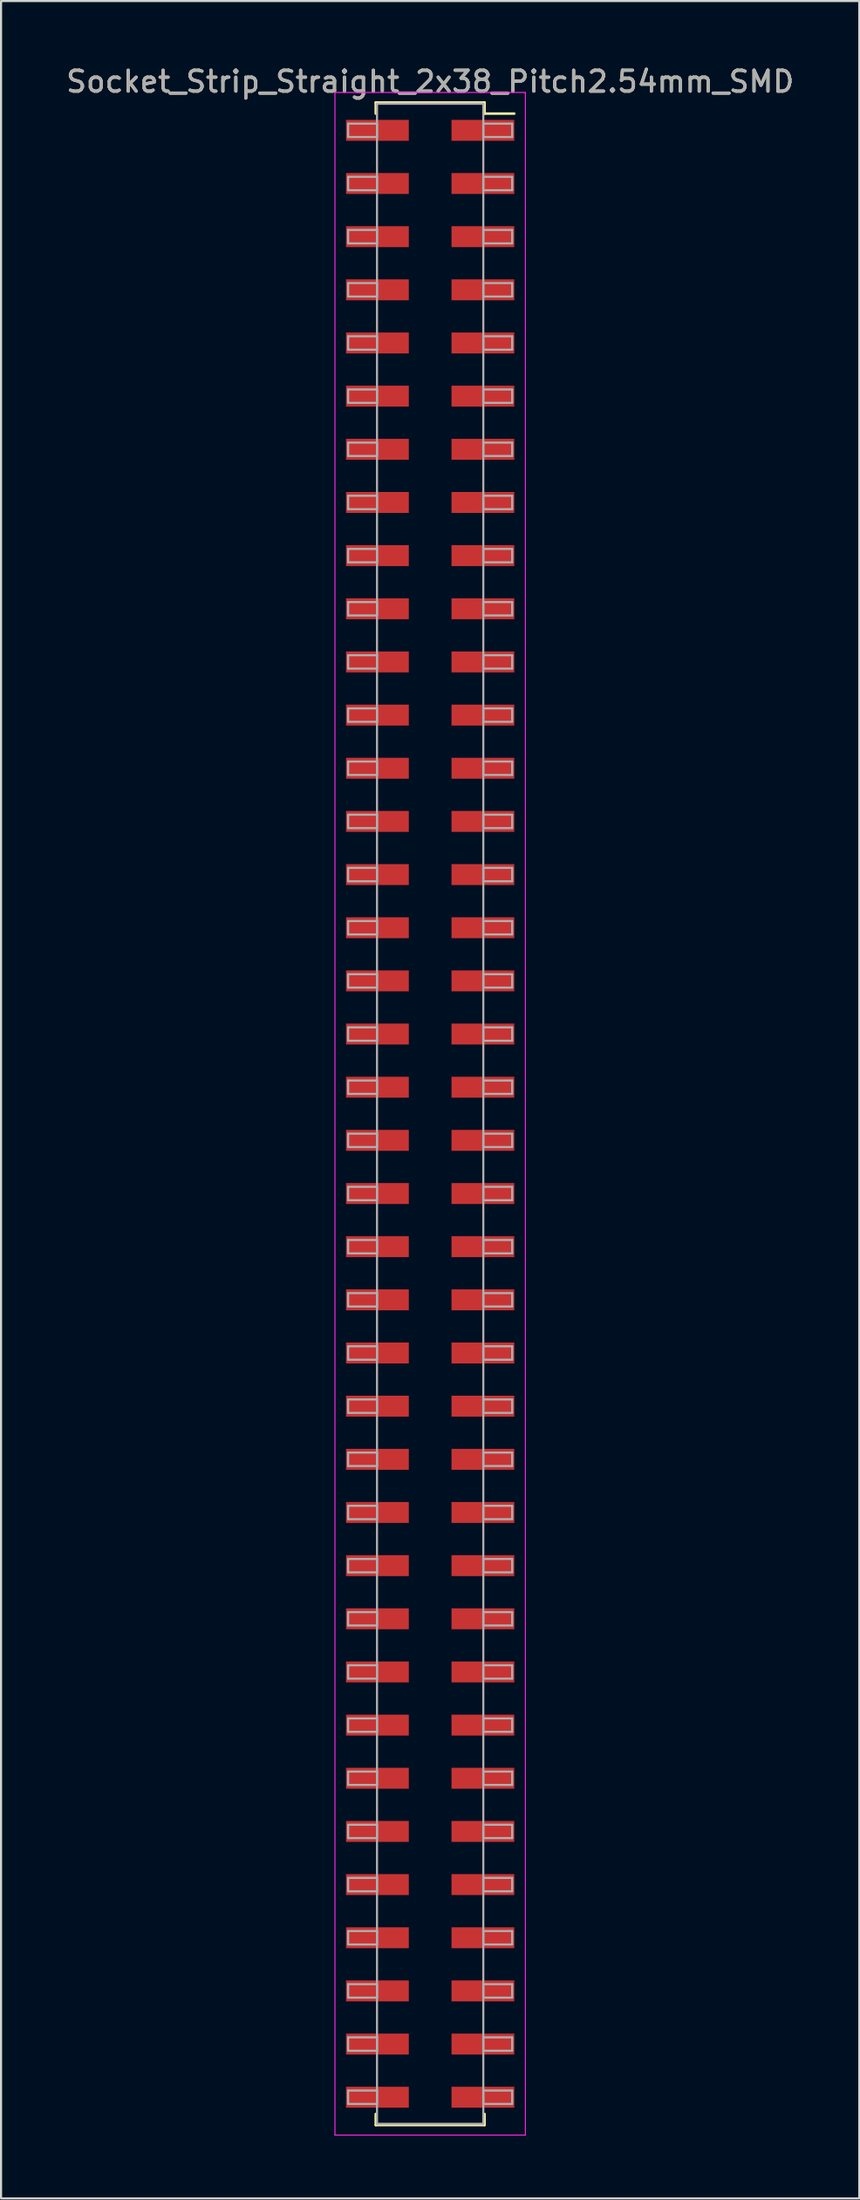
<source format=kicad_pcb>
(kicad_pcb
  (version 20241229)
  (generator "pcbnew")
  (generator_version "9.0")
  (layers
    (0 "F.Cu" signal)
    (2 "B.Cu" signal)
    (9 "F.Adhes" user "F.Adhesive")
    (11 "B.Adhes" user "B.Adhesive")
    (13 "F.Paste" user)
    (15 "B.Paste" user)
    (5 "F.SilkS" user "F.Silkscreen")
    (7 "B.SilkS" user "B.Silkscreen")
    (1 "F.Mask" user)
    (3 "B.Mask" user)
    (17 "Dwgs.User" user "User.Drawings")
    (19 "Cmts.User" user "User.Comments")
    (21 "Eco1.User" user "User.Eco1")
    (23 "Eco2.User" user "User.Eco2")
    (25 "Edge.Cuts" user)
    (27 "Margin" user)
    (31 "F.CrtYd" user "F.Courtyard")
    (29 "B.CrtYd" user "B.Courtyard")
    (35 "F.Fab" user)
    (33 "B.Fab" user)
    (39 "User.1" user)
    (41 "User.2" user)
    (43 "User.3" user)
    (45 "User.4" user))
  (footprint "Socket_Strip_Straight_2x38_Pitch2.54mm_SMD"
    (layer "F.Cu")
    (at 17.506 50.168)
    (property "Reference" "Socket_Strip_Straight_2x38_Pitch2.54mm_SMD" (at 0 -49.32 0) (layer "F.SilkS") (effects (font (size 1 1) (thickness 0.15))))
    (attr smd)
    (fp_line (start -2.6 -48.32) (end 2.6 -48.32) (stroke (width 0.12) (type solid)) (layer "F.SilkS"))
    (fp_line (start -2.6 -47.79) (end -2.6 -48.32) (stroke (width 0.12) (type solid)) (layer "F.SilkS"))
    (fp_line (start -2.6 47.79) (end -2.6 48.32) (stroke (width 0.12) (type solid)) (layer "F.SilkS"))
    (fp_line (start -2.6 48.32) (end 2.6 48.32) (stroke (width 0.12) (type solid)) (layer "F.SilkS"))
    (fp_line (start 2.6 -48.32) (end 2.6 -47.79) (stroke (width 0.12) (type solid)) (layer "F.SilkS"))
    (fp_line (start 2.6 48.32) (end 2.6 47.79) (stroke (width 0.12) (type solid)) (layer "F.SilkS"))
    (fp_line (start 4.02 -47.79) (end 2.6 -47.79) (stroke (width 0.12) (type solid)) (layer "F.SilkS"))
    (fp_line (start -4.55 -48.8) (end -4.55 48.8) (stroke (width 0.05) (type solid)) (layer "F.CrtYd"))
    (fp_line (start -4.55 48.8) (end 4.55 48.8) (stroke (width 0.05) (type solid)) (layer "F.CrtYd"))
    (fp_line (start 4.55 -48.8) (end -4.55 -48.8) (stroke (width 0.05) (type solid)) (layer "F.CrtYd"))
    (fp_line (start 4.55 48.8) (end 4.55 -48.8) (stroke (width 0.05) (type solid)) (layer "F.CrtYd"))
    (fp_line (start -3.92 -47.31) (end -2.54 -47.31) (stroke (width 0.1) (type solid)) (layer "F.Fab"))
    (fp_line (start -3.92 -46.67) (end -3.92 -47.31) (stroke (width 0.1) (type solid)) (layer "F.Fab"))
    (fp_line (start -3.92 -44.77) (end -2.54 -44.77) (stroke (width 0.1) (type solid)) (layer "F.Fab"))
    (fp_line (start -3.92 -44.13) (end -3.92 -44.77) (stroke (width 0.1) (type solid)) (layer "F.Fab"))
    (fp_line (start -3.92 -42.23) (end -2.54 -42.23) (stroke (width 0.1) (type solid)) (layer "F.Fab"))
    (fp_line (start -3.92 -41.59) (end -3.92 -42.23) (stroke (width 0.1) (type solid)) (layer "F.Fab"))
    (fp_line (start -3.92 -39.69) (end -2.54 -39.69) (stroke (width 0.1) (type solid)) (layer "F.Fab"))
    (fp_line (start -3.92 -39.05) (end -3.92 -39.69) (stroke (width 0.1) (type solid)) (layer "F.Fab"))
    (fp_line (start -3.92 -37.15) (end -2.54 -37.15) (stroke (width 0.1) (type solid)) (layer "F.Fab"))
    (fp_line (start -3.92 -36.51) (end -3.92 -37.15) (stroke (width 0.1) (type solid)) (layer "F.Fab"))
    (fp_line (start -3.92 -34.61) (end -2.54 -34.61) (stroke (width 0.1) (type solid)) (layer "F.Fab"))
    (fp_line (start -3.92 -33.97) (end -3.92 -34.61) (stroke (width 0.1) (type solid)) (layer "F.Fab"))
    (fp_line (start -3.92 -32.07) (end -2.54 -32.07) (stroke (width 0.1) (type solid)) (layer "F.Fab"))
    (fp_line (start -3.92 -31.43) (end -3.92 -32.07) (stroke (width 0.1) (type solid)) (layer "F.Fab"))
    (fp_line (start -3.92 -29.53) (end -2.54 -29.53) (stroke (width 0.1) (type solid)) (layer "F.Fab"))
    (fp_line (start -3.92 -28.89) (end -3.92 -29.53) (stroke (width 0.1) (type solid)) (layer "F.Fab"))
    (fp_line (start -3.92 -26.99) (end -2.54 -26.99) (stroke (width 0.1) (type solid)) (layer "F.Fab"))
    (fp_line (start -3.92 -26.35) (end -3.92 -26.99) (stroke (width 0.1) (type solid)) (layer "F.Fab"))
    (fp_line (start -3.92 -24.45) (end -2.54 -24.45) (stroke (width 0.1) (type solid)) (layer "F.Fab"))
    (fp_line (start -3.92 -23.81) (end -3.92 -24.45) (stroke (width 0.1) (type solid)) (layer "F.Fab"))
    (fp_line (start -3.92 -21.91) (end -2.54 -21.91) (stroke (width 0.1) (type solid)) (layer "F.Fab"))
    (fp_line (start -3.92 -21.27) (end -3.92 -21.91) (stroke (width 0.1) (type solid)) (layer "F.Fab"))
    (fp_line (start -3.92 -19.37) (end -2.54 -19.37) (stroke (width 0.1) (type solid)) (layer "F.Fab"))
    (fp_line (start -3.92 -18.73) (end -3.92 -19.37) (stroke (width 0.1) (type solid)) (layer "F.Fab"))
    (fp_line (start -3.92 -16.83) (end -2.54 -16.83) (stroke (width 0.1) (type solid)) (layer "F.Fab"))
    (fp_line (start -3.92 -16.19) (end -3.92 -16.83) (stroke (width 0.1) (type solid)) (layer "F.Fab"))
    (fp_line (start -3.92 -14.29) (end -2.54 -14.29) (stroke (width 0.1) (type solid)) (layer "F.Fab"))
    (fp_line (start -3.92 -13.65) (end -3.92 -14.29) (stroke (width 0.1) (type solid)) (layer "F.Fab"))
    (fp_line (start -3.92 -11.75) (end -2.54 -11.75) (stroke (width 0.1) (type solid)) (layer "F.Fab"))
    (fp_line (start -3.92 -11.11) (end -3.92 -11.75) (stroke (width 0.1) (type solid)) (layer "F.Fab"))
    (fp_line (start -3.92 -9.21) (end -2.54 -9.21) (stroke (width 0.1) (type solid)) (layer "F.Fab"))
    (fp_line (start -3.92 -8.57) (end -3.92 -9.21) (stroke (width 0.1) (type solid)) (layer "F.Fab"))
    (fp_line (start -3.92 -6.67) (end -2.54 -6.67) (stroke (width 0.1) (type solid)) (layer "F.Fab"))
    (fp_line (start -3.92 -6.03) (end -3.92 -6.67) (stroke (width 0.1) (type solid)) (layer "F.Fab"))
    (fp_line (start -3.92 -4.13) (end -2.54 -4.13) (stroke (width 0.1) (type solid)) (layer "F.Fab"))
    (fp_line (start -3.92 -3.49) (end -3.92 -4.13) (stroke (width 0.1) (type solid)) (layer "F.Fab"))
    (fp_line (start -3.92 -1.59) (end -2.54 -1.59) (stroke (width 0.1) (type solid)) (layer "F.Fab"))
    (fp_line (start -3.92 -0.95) (end -3.92 -1.59) (stroke (width 0.1) (type solid)) (layer "F.Fab"))
    (fp_line (start -3.92 0.95) (end -2.54 0.95) (stroke (width 0.1) (type solid)) (layer "F.Fab"))
    (fp_line (start -3.92 1.59) (end -3.92 0.95) (stroke (width 0.1) (type solid)) (layer "F.Fab"))
    (fp_line (start -3.92 3.49) (end -2.54 3.49) (stroke (width 0.1) (type solid)) (layer "F.Fab"))
    (fp_line (start -3.92 4.13) (end -3.92 3.49) (stroke (width 0.1) (type solid)) (layer "F.Fab"))
    (fp_line (start -3.92 6.03) (end -2.54 6.03) (stroke (width 0.1) (type solid)) (layer "F.Fab"))
    (fp_line (start -3.92 6.67) (end -3.92 6.03) (stroke (width 0.1) (type solid)) (layer "F.Fab"))
    (fp_line (start -3.92 8.57) (end -2.54 8.57) (stroke (width 0.1) (type solid)) (layer "F.Fab"))
    (fp_line (start -3.92 9.21) (end -3.92 8.57) (stroke (width 0.1) (type solid)) (layer "F.Fab"))
    (fp_line (start -3.92 11.11) (end -2.54 11.11) (stroke (width 0.1) (type solid)) (layer "F.Fab"))
    (fp_line (start -3.92 11.75) (end -3.92 11.11) (stroke (width 0.1) (type solid)) (layer "F.Fab"))
    (fp_line (start -3.92 13.65) (end -2.54 13.65) (stroke (width 0.1) (type solid)) (layer "F.Fab"))
    (fp_line (start -3.92 14.29) (end -3.92 13.65) (stroke (width 0.1) (type solid)) (layer "F.Fab"))
    (fp_line (start -3.92 16.19) (end -2.54 16.19) (stroke (width 0.1) (type solid)) (layer "F.Fab"))
    (fp_line (start -3.92 16.83) (end -3.92 16.19) (stroke (width 0.1) (type solid)) (layer "F.Fab"))
    (fp_line (start -3.92 18.73) (end -2.54 18.73) (stroke (width 0.1) (type solid)) (layer "F.Fab"))
    (fp_line (start -3.92 19.37) (end -3.92 18.73) (stroke (width 0.1) (type solid)) (layer "F.Fab"))
    (fp_line (start -3.92 21.27) (end -2.54 21.27) (stroke (width 0.1) (type solid)) (layer "F.Fab"))
    (fp_line (start -3.92 21.91) (end -3.92 21.27) (stroke (width 0.1) (type solid)) (layer "F.Fab"))
    (fp_line (start -3.92 23.81) (end -2.54 23.81) (stroke (width 0.1) (type solid)) (layer "F.Fab"))
    (fp_line (start -3.92 24.45) (end -3.92 23.81) (stroke (width 0.1) (type solid)) (layer "F.Fab"))
    (fp_line (start -3.92 26.35) (end -2.54 26.35) (stroke (width 0.1) (type solid)) (layer "F.Fab"))
    (fp_line (start -3.92 26.99) (end -3.92 26.35) (stroke (width 0.1) (type solid)) (layer "F.Fab"))
    (fp_line (start -3.92 28.89) (end -2.54 28.89) (stroke (width 0.1) (type solid)) (layer "F.Fab"))
    (fp_line (start -3.92 29.53) (end -3.92 28.89) (stroke (width 0.1) (type solid)) (layer "F.Fab"))
    (fp_line (start -3.92 31.43) (end -2.54 31.43) (stroke (width 0.1) (type solid)) (layer "F.Fab"))
    (fp_line (start -3.92 32.07) (end -3.92 31.43) (stroke (width 0.1) (type solid)) (layer "F.Fab"))
    (fp_line (start -3.92 33.97) (end -2.54 33.97) (stroke (width 0.1) (type solid)) (layer "F.Fab"))
    (fp_line (start -3.92 34.61) (end -3.92 33.97) (stroke (width 0.1) (type solid)) (layer "F.Fab"))
    (fp_line (start -3.92 36.51) (end -2.54 36.51) (stroke (width 0.1) (type solid)) (layer "F.Fab"))
    (fp_line (start -3.92 37.15) (end -3.92 36.51) (stroke (width 0.1) (type solid)) (layer "F.Fab"))
    (fp_line (start -3.92 39.05) (end -2.54 39.05) (stroke (width 0.1) (type solid)) (layer "F.Fab"))
    (fp_line (start -3.92 39.69) (end -3.92 39.05) (stroke (width 0.1) (type solid)) (layer "F.Fab"))
    (fp_line (start -3.92 41.59) (end -2.54 41.59) (stroke (width 0.1) (type solid)) (layer "F.Fab"))
    (fp_line (start -3.92 42.23) (end -3.92 41.59) (stroke (width 0.1) (type solid)) (layer "F.Fab"))
    (fp_line (start -3.92 44.13) (end -2.54 44.13) (stroke (width 0.1) (type solid)) (layer "F.Fab"))
    (fp_line (start -3.92 44.77) (end -3.92 44.13) (stroke (width 0.1) (type solid)) (layer "F.Fab"))
    (fp_line (start -3.92 46.67) (end -2.54 46.67) (stroke (width 0.1) (type solid)) (layer "F.Fab"))
    (fp_line (start -3.92 47.31) (end -3.92 46.67) (stroke (width 0.1) (type solid)) (layer "F.Fab"))
    (fp_line (start -2.54 -48.26) (end -2.54 48.26) (stroke (width 0.1) (type solid)) (layer "F.Fab"))
    (fp_line (start -2.54 -47.31) (end -2.54 -46.67) (stroke (width 0.1) (type solid)) (layer "F.Fab"))
    (fp_line (start -2.54 -46.67) (end -3.92 -46.67) (stroke (width 0.1) (type solid)) (layer "F.Fab"))
    (fp_line (start -2.54 -44.77) (end -2.54 -44.13) (stroke (width 0.1) (type solid)) (layer "F.Fab"))
    (fp_line (start -2.54 -44.13) (end -3.92 -44.13) (stroke (width 0.1) (type solid)) (layer "F.Fab"))
    (fp_line (start -2.54 -42.23) (end -2.54 -41.59) (stroke (width 0.1) (type solid)) (layer "F.Fab"))
    (fp_line (start -2.54 -41.59) (end -3.92 -41.59) (stroke (width 0.1) (type solid)) (layer "F.Fab"))
    (fp_line (start -2.54 -39.69) (end -2.54 -39.05) (stroke (width 0.1) (type solid)) (layer "F.Fab"))
    (fp_line (start -2.54 -39.05) (end -3.92 -39.05) (stroke (width 0.1) (type solid)) (layer "F.Fab"))
    (fp_line (start -2.54 -37.15) (end -2.54 -36.51) (stroke (width 0.1) (type solid)) (layer "F.Fab"))
    (fp_line (start -2.54 -36.51) (end -3.92 -36.51) (stroke (width 0.1) (type solid)) (layer "F.Fab"))
    (fp_line (start -2.54 -34.61) (end -2.54 -33.97) (stroke (width 0.1) (type solid)) (layer "F.Fab"))
    (fp_line (start -2.54 -33.97) (end -3.92 -33.97) (stroke (width 0.1) (type solid)) (layer "F.Fab"))
    (fp_line (start -2.54 -32.07) (end -2.54 -31.43) (stroke (width 0.1) (type solid)) (layer "F.Fab"))
    (fp_line (start -2.54 -31.43) (end -3.92 -31.43) (stroke (width 0.1) (type solid)) (layer "F.Fab"))
    (fp_line (start -2.54 -29.53) (end -2.54 -28.89) (stroke (width 0.1) (type solid)) (layer "F.Fab"))
    (fp_line (start -2.54 -28.89) (end -3.92 -28.89) (stroke (width 0.1) (type solid)) (layer "F.Fab"))
    (fp_line (start -2.54 -26.99) (end -2.54 -26.35) (stroke (width 0.1) (type solid)) (layer "F.Fab"))
    (fp_line (start -2.54 -26.35) (end -3.92 -26.35) (stroke (width 0.1) (type solid)) (layer "F.Fab"))
    (fp_line (start -2.54 -24.45) (end -2.54 -23.81) (stroke (width 0.1) (type solid)) (layer "F.Fab"))
    (fp_line (start -2.54 -23.81) (end -3.92 -23.81) (stroke (width 0.1) (type solid)) (layer "F.Fab"))
    (fp_line (start -2.54 -21.91) (end -2.54 -21.27) (stroke (width 0.1) (type solid)) (layer "F.Fab"))
    (fp_line (start -2.54 -21.27) (end -3.92 -21.27) (stroke (width 0.1) (type solid)) (layer "F.Fab"))
    (fp_line (start -2.54 -19.37) (end -2.54 -18.73) (stroke (width 0.1) (type solid)) (layer "F.Fab"))
    (fp_line (start -2.54 -18.73) (end -3.92 -18.73) (stroke (width 0.1) (type solid)) (layer "F.Fab"))
    (fp_line (start -2.54 -16.83) (end -2.54 -16.19) (stroke (width 0.1) (type solid)) (layer "F.Fab"))
    (fp_line (start -2.54 -16.19) (end -3.92 -16.19) (stroke (width 0.1) (type solid)) (layer "F.Fab"))
    (fp_line (start -2.54 -14.29) (end -2.54 -13.65) (stroke (width 0.1) (type solid)) (layer "F.Fab"))
    (fp_line (start -2.54 -13.65) (end -3.92 -13.65) (stroke (width 0.1) (type solid)) (layer "F.Fab"))
    (fp_line (start -2.54 -11.75) (end -2.54 -11.11) (stroke (width 0.1) (type solid)) (layer "F.Fab"))
    (fp_line (start -2.54 -11.11) (end -3.92 -11.11) (stroke (width 0.1) (type solid)) (layer "F.Fab"))
    (fp_line (start -2.54 -9.21) (end -2.54 -8.57) (stroke (width 0.1) (type solid)) (layer "F.Fab"))
    (fp_line (start -2.54 -8.57) (end -3.92 -8.57) (stroke (width 0.1) (type solid)) (layer "F.Fab"))
    (fp_line (start -2.54 -6.67) (end -2.54 -6.03) (stroke (width 0.1) (type solid)) (layer "F.Fab"))
    (fp_line (start -2.54 -6.03) (end -3.92 -6.03) (stroke (width 0.1) (type solid)) (layer "F.Fab"))
    (fp_line (start -2.54 -4.13) (end -2.54 -3.49) (stroke (width 0.1) (type solid)) (layer "F.Fab"))
    (fp_line (start -2.54 -3.49) (end -3.92 -3.49) (stroke (width 0.1) (type solid)) (layer "F.Fab"))
    (fp_line (start -2.54 -1.59) (end -2.54 -0.95) (stroke (width 0.1) (type solid)) (layer "F.Fab"))
    (fp_line (start -2.54 -0.95) (end -3.92 -0.95) (stroke (width 0.1) (type solid)) (layer "F.Fab"))
    (fp_line (start -2.54 0.95) (end -2.54 1.59) (stroke (width 0.1) (type solid)) (layer "F.Fab"))
    (fp_line (start -2.54 1.59) (end -3.92 1.59) (stroke (width 0.1) (type solid)) (layer "F.Fab"))
    (fp_line (start -2.54 3.49) (end -2.54 4.13) (stroke (width 0.1) (type solid)) (layer "F.Fab"))
    (fp_line (start -2.54 4.13) (end -3.92 4.13) (stroke (width 0.1) (type solid)) (layer "F.Fab"))
    (fp_line (start -2.54 6.03) (end -2.54 6.67) (stroke (width 0.1) (type solid)) (layer "F.Fab"))
    (fp_line (start -2.54 6.67) (end -3.92 6.67) (stroke (width 0.1) (type solid)) (layer "F.Fab"))
    (fp_line (start -2.54 8.57) (end -2.54 9.21) (stroke (width 0.1) (type solid)) (layer "F.Fab"))
    (fp_line (start -2.54 9.21) (end -3.92 9.21) (stroke (width 0.1) (type solid)) (layer "F.Fab"))
    (fp_line (start -2.54 11.11) (end -2.54 11.75) (stroke (width 0.1) (type solid)) (layer "F.Fab"))
    (fp_line (start -2.54 11.75) (end -3.92 11.75) (stroke (width 0.1) (type solid)) (layer "F.Fab"))
    (fp_line (start -2.54 13.65) (end -2.54 14.29) (stroke (width 0.1) (type solid)) (layer "F.Fab"))
    (fp_line (start -2.54 14.29) (end -3.92 14.29) (stroke (width 0.1) (type solid)) (layer "F.Fab"))
    (fp_line (start -2.54 16.19) (end -2.54 16.83) (stroke (width 0.1) (type solid)) (layer "F.Fab"))
    (fp_line (start -2.54 16.83) (end -3.92 16.83) (stroke (width 0.1) (type solid)) (layer "F.Fab"))
    (fp_line (start -2.54 18.73) (end -2.54 19.37) (stroke (width 0.1) (type solid)) (layer "F.Fab"))
    (fp_line (start -2.54 19.37) (end -3.92 19.37) (stroke (width 0.1) (type solid)) (layer "F.Fab"))
    (fp_line (start -2.54 21.27) (end -2.54 21.91) (stroke (width 0.1) (type solid)) (layer "F.Fab"))
    (fp_line (start -2.54 21.91) (end -3.92 21.91) (stroke (width 0.1) (type solid)) (layer "F.Fab"))
    (fp_line (start -2.54 23.81) (end -2.54 24.45) (stroke (width 0.1) (type solid)) (layer "F.Fab"))
    (fp_line (start -2.54 24.45) (end -3.92 24.45) (stroke (width 0.1) (type solid)) (layer "F.Fab"))
    (fp_line (start -2.54 26.35) (end -2.54 26.99) (stroke (width 0.1) (type solid)) (layer "F.Fab"))
    (fp_line (start -2.54 26.99) (end -3.92 26.99) (stroke (width 0.1) (type solid)) (layer "F.Fab"))
    (fp_line (start -2.54 28.89) (end -2.54 29.53) (stroke (width 0.1) (type solid)) (layer "F.Fab"))
    (fp_line (start -2.54 29.53) (end -3.92 29.53) (stroke (width 0.1) (type solid)) (layer "F.Fab"))
    (fp_line (start -2.54 31.43) (end -2.54 32.07) (stroke (width 0.1) (type solid)) (layer "F.Fab"))
    (fp_line (start -2.54 32.07) (end -3.92 32.07) (stroke (width 0.1) (type solid)) (layer "F.Fab"))
    (fp_line (start -2.54 33.97) (end -2.54 34.61) (stroke (width 0.1) (type solid)) (layer "F.Fab"))
    (fp_line (start -2.54 34.61) (end -3.92 34.61) (stroke (width 0.1) (type solid)) (layer "F.Fab"))
    (fp_line (start -2.54 36.51) (end -2.54 37.15) (stroke (width 0.1) (type solid)) (layer "F.Fab"))
    (fp_line (start -2.54 37.15) (end -3.92 37.15) (stroke (width 0.1) (type solid)) (layer "F.Fab"))
    (fp_line (start -2.54 39.05) (end -2.54 39.69) (stroke (width 0.1) (type solid)) (layer "F.Fab"))
    (fp_line (start -2.54 39.69) (end -3.92 39.69) (stroke (width 0.1) (type solid)) (layer "F.Fab"))
    (fp_line (start -2.54 41.59) (end -2.54 42.23) (stroke (width 0.1) (type solid)) (layer "F.Fab"))
    (fp_line (start -2.54 42.23) (end -3.92 42.23) (stroke (width 0.1) (type solid)) (layer "F.Fab"))
    (fp_line (start -2.54 44.13) (end -2.54 44.77) (stroke (width 0.1) (type solid)) (layer "F.Fab"))
    (fp_line (start -2.54 44.77) (end -3.92 44.77) (stroke (width 0.1) (type solid)) (layer "F.Fab"))
    (fp_line (start -2.54 46.67) (end -2.54 47.31) (stroke (width 0.1) (type solid)) (layer "F.Fab"))
    (fp_line (start -2.54 47.31) (end -3.92 47.31) (stroke (width 0.1) (type solid)) (layer "F.Fab"))
    (fp_line (start -2.54 48.26) (end 2.54 48.26) (stroke (width 0.1) (type solid)) (layer "F.Fab"))
    (fp_line (start 2.54 -48.26) (end -2.54 -48.26) (stroke (width 0.1) (type solid)) (layer "F.Fab"))
    (fp_line (start 2.54 -47.31) (end 2.54 -46.67) (stroke (width 0.1) (type solid)) (layer "F.Fab"))
    (fp_line (start 2.54 -46.67) (end 3.92 -46.67) (stroke (width 0.1) (type solid)) (layer "F.Fab"))
    (fp_line (start 2.54 -44.77) (end 2.54 -44.13) (stroke (width 0.1) (type solid)) (layer "F.Fab"))
    (fp_line (start 2.54 -44.13) (end 3.92 -44.13) (stroke (width 0.1) (type solid)) (layer "F.Fab"))
    (fp_line (start 2.54 -42.23) (end 2.54 -41.59) (stroke (width 0.1) (type solid)) (layer "F.Fab"))
    (fp_line (start 2.54 -41.59) (end 3.92 -41.59) (stroke (width 0.1) (type solid)) (layer "F.Fab"))
    (fp_line (start 2.54 -39.69) (end 2.54 -39.05) (stroke (width 0.1) (type solid)) (layer "F.Fab"))
    (fp_line (start 2.54 -39.05) (end 3.92 -39.05) (stroke (width 0.1) (type solid)) (layer "F.Fab"))
    (fp_line (start 2.54 -37.15) (end 2.54 -36.51) (stroke (width 0.1) (type solid)) (layer "F.Fab"))
    (fp_line (start 2.54 -36.51) (end 3.92 -36.51) (stroke (width 0.1) (type solid)) (layer "F.Fab"))
    (fp_line (start 2.54 -34.61) (end 2.54 -33.97) (stroke (width 0.1) (type solid)) (layer "F.Fab"))
    (fp_line (start 2.54 -33.97) (end 3.92 -33.97) (stroke (width 0.1) (type solid)) (layer "F.Fab"))
    (fp_line (start 2.54 -32.07) (end 2.54 -31.43) (stroke (width 0.1) (type solid)) (layer "F.Fab"))
    (fp_line (start 2.54 -31.43) (end 3.92 -31.43) (stroke (width 0.1) (type solid)) (layer "F.Fab"))
    (fp_line (start 2.54 -29.53) (end 2.54 -28.89) (stroke (width 0.1) (type solid)) (layer "F.Fab"))
    (fp_line (start 2.54 -28.89) (end 3.92 -28.89) (stroke (width 0.1) (type solid)) (layer "F.Fab"))
    (fp_line (start 2.54 -26.99) (end 2.54 -26.35) (stroke (width 0.1) (type solid)) (layer "F.Fab"))
    (fp_line (start 2.54 -26.35) (end 3.92 -26.35) (stroke (width 0.1) (type solid)) (layer "F.Fab"))
    (fp_line (start 2.54 -24.45) (end 2.54 -23.81) (stroke (width 0.1) (type solid)) (layer "F.Fab"))
    (fp_line (start 2.54 -23.81) (end 3.92 -23.81) (stroke (width 0.1) (type solid)) (layer "F.Fab"))
    (fp_line (start 2.54 -21.91) (end 2.54 -21.27) (stroke (width 0.1) (type solid)) (layer "F.Fab"))
    (fp_line (start 2.54 -21.27) (end 3.92 -21.27) (stroke (width 0.1) (type solid)) (layer "F.Fab"))
    (fp_line (start 2.54 -19.37) (end 2.54 -18.73) (stroke (width 0.1) (type solid)) (layer "F.Fab"))
    (fp_line (start 2.54 -18.73) (end 3.92 -18.73) (stroke (width 0.1) (type solid)) (layer "F.Fab"))
    (fp_line (start 2.54 -16.83) (end 2.54 -16.19) (stroke (width 0.1) (type solid)) (layer "F.Fab"))
    (fp_line (start 2.54 -16.19) (end 3.92 -16.19) (stroke (width 0.1) (type solid)) (layer "F.Fab"))
    (fp_line (start 2.54 -14.29) (end 2.54 -13.65) (stroke (width 0.1) (type solid)) (layer "F.Fab"))
    (fp_line (start 2.54 -13.65) (end 3.92 -13.65) (stroke (width 0.1) (type solid)) (layer "F.Fab"))
    (fp_line (start 2.54 -11.75) (end 2.54 -11.11) (stroke (width 0.1) (type solid)) (layer "F.Fab"))
    (fp_line (start 2.54 -11.11) (end 3.92 -11.11) (stroke (width 0.1) (type solid)) (layer "F.Fab"))
    (fp_line (start 2.54 -9.21) (end 2.54 -8.57) (stroke (width 0.1) (type solid)) (layer "F.Fab"))
    (fp_line (start 2.54 -8.57) (end 3.92 -8.57) (stroke (width 0.1) (type solid)) (layer "F.Fab"))
    (fp_line (start 2.54 -6.67) (end 2.54 -6.03) (stroke (width 0.1) (type solid)) (layer "F.Fab"))
    (fp_line (start 2.54 -6.03) (end 3.92 -6.03) (stroke (width 0.1) (type solid)) (layer "F.Fab"))
    (fp_line (start 2.54 -4.13) (end 2.54 -3.49) (stroke (width 0.1) (type solid)) (layer "F.Fab"))
    (fp_line (start 2.54 -3.49) (end 3.92 -3.49) (stroke (width 0.1) (type solid)) (layer "F.Fab"))
    (fp_line (start 2.54 -1.59) (end 2.54 -0.95) (stroke (width 0.1) (type solid)) (layer "F.Fab"))
    (fp_line (start 2.54 -0.95) (end 3.92 -0.95) (stroke (width 0.1) (type solid)) (layer "F.Fab"))
    (fp_line (start 2.54 0.95) (end 2.54 1.59) (stroke (width 0.1) (type solid)) (layer "F.Fab"))
    (fp_line (start 2.54 1.59) (end 3.92 1.59) (stroke (width 0.1) (type solid)) (layer "F.Fab"))
    (fp_line (start 2.54 3.49) (end 2.54 4.13) (stroke (width 0.1) (type solid)) (layer "F.Fab"))
    (fp_line (start 2.54 4.13) (end 3.92 4.13) (stroke (width 0.1) (type solid)) (layer "F.Fab"))
    (fp_line (start 2.54 6.03) (end 2.54 6.67) (stroke (width 0.1) (type solid)) (layer "F.Fab"))
    (fp_line (start 2.54 6.67) (end 3.92 6.67) (stroke (width 0.1) (type solid)) (layer "F.Fab"))
    (fp_line (start 2.54 8.57) (end 2.54 9.21) (stroke (width 0.1) (type solid)) (layer "F.Fab"))
    (fp_line (start 2.54 9.21) (end 3.92 9.21) (stroke (width 0.1) (type solid)) (layer "F.Fab"))
    (fp_line (start 2.54 11.11) (end 2.54 11.75) (stroke (width 0.1) (type solid)) (layer "F.Fab"))
    (fp_line (start 2.54 11.75) (end 3.92 11.75) (stroke (width 0.1) (type solid)) (layer "F.Fab"))
    (fp_line (start 2.54 13.65) (end 2.54 14.29) (stroke (width 0.1) (type solid)) (layer "F.Fab"))
    (fp_line (start 2.54 14.29) (end 3.92 14.29) (stroke (width 0.1) (type solid)) (layer "F.Fab"))
    (fp_line (start 2.54 16.19) (end 2.54 16.83) (stroke (width 0.1) (type solid)) (layer "F.Fab"))
    (fp_line (start 2.54 16.83) (end 3.92 16.83) (stroke (width 0.1) (type solid)) (layer "F.Fab"))
    (fp_line (start 2.54 18.73) (end 2.54 19.37) (stroke (width 0.1) (type solid)) (layer "F.Fab"))
    (fp_line (start 2.54 19.37) (end 3.92 19.37) (stroke (width 0.1) (type solid)) (layer "F.Fab"))
    (fp_line (start 2.54 21.27) (end 2.54 21.91) (stroke (width 0.1) (type solid)) (layer "F.Fab"))
    (fp_line (start 2.54 21.91) (end 3.92 21.91) (stroke (width 0.1) (type solid)) (layer "F.Fab"))
    (fp_line (start 2.54 23.81) (end 2.54 24.45) (stroke (width 0.1) (type solid)) (layer "F.Fab"))
    (fp_line (start 2.54 24.45) (end 3.92 24.45) (stroke (width 0.1) (type solid)) (layer "F.Fab"))
    (fp_line (start 2.54 26.35) (end 2.54 26.99) (stroke (width 0.1) (type solid)) (layer "F.Fab"))
    (fp_line (start 2.54 26.99) (end 3.92 26.99) (stroke (width 0.1) (type solid)) (layer "F.Fab"))
    (fp_line (start 2.54 28.89) (end 2.54 29.53) (stroke (width 0.1) (type solid)) (layer "F.Fab"))
    (fp_line (start 2.54 29.53) (end 3.92 29.53) (stroke (width 0.1) (type solid)) (layer "F.Fab"))
    (fp_line (start 2.54 31.43) (end 2.54 32.07) (stroke (width 0.1) (type solid)) (layer "F.Fab"))
    (fp_line (start 2.54 32.07) (end 3.92 32.07) (stroke (width 0.1) (type solid)) (layer "F.Fab"))
    (fp_line (start 2.54 33.97) (end 2.54 34.61) (stroke (width 0.1) (type solid)) (layer "F.Fab"))
    (fp_line (start 2.54 34.61) (end 3.92 34.61) (stroke (width 0.1) (type solid)) (layer "F.Fab"))
    (fp_line (start 2.54 36.51) (end 2.54 37.15) (stroke (width 0.1) (type solid)) (layer "F.Fab"))
    (fp_line (start 2.54 37.15) (end 3.92 37.15) (stroke (width 0.1) (type solid)) (layer "F.Fab"))
    (fp_line (start 2.54 39.05) (end 2.54 39.69) (stroke (width 0.1) (type solid)) (layer "F.Fab"))
    (fp_line (start 2.54 39.69) (end 3.92 39.69) (stroke (width 0.1) (type solid)) (layer "F.Fab"))
    (fp_line (start 2.54 41.59) (end 2.54 42.23) (stroke (width 0.1) (type solid)) (layer "F.Fab"))
    (fp_line (start 2.54 42.23) (end 3.92 42.23) (stroke (width 0.1) (type solid)) (layer "F.Fab"))
    (fp_line (start 2.54 44.13) (end 2.54 44.77) (stroke (width 0.1) (type solid)) (layer "F.Fab"))
    (fp_line (start 2.54 44.77) (end 3.92 44.77) (stroke (width 0.1) (type solid)) (layer "F.Fab"))
    (fp_line (start 2.54 46.67) (end 2.54 47.31) (stroke (width 0.1) (type solid)) (layer "F.Fab"))
    (fp_line (start 2.54 47.31) (end 3.92 47.31) (stroke (width 0.1) (type solid)) (layer "F.Fab"))
    (fp_line (start 2.54 48.26) (end 2.54 -48.26) (stroke (width 0.1) (type solid)) (layer "F.Fab"))
    (fp_line (start 3.92 -47.31) (end 2.54 -47.31) (stroke (width 0.1) (type solid)) (layer "F.Fab"))
    (fp_line (start 3.92 -46.67) (end 3.92 -47.31) (stroke (width 0.1) (type solid)) (layer "F.Fab"))
    (fp_line (start 3.92 -44.77) (end 2.54 -44.77) (stroke (width 0.1) (type solid)) (layer "F.Fab"))
    (fp_line (start 3.92 -44.13) (end 3.92 -44.77) (stroke (width 0.1) (type solid)) (layer "F.Fab"))
    (fp_line (start 3.92 -42.23) (end 2.54 -42.23) (stroke (width 0.1) (type solid)) (layer "F.Fab"))
    (fp_line (start 3.92 -41.59) (end 3.92 -42.23) (stroke (width 0.1) (type solid)) (layer "F.Fab"))
    (fp_line (start 3.92 -39.69) (end 2.54 -39.69) (stroke (width 0.1) (type solid)) (layer "F.Fab"))
    (fp_line (start 3.92 -39.05) (end 3.92 -39.69) (stroke (width 0.1) (type solid)) (layer "F.Fab"))
    (fp_line (start 3.92 -37.15) (end 2.54 -37.15) (stroke (width 0.1) (type solid)) (layer "F.Fab"))
    (fp_line (start 3.92 -36.51) (end 3.92 -37.15) (stroke (width 0.1) (type solid)) (layer "F.Fab"))
    (fp_line (start 3.92 -34.61) (end 2.54 -34.61) (stroke (width 0.1) (type solid)) (layer "F.Fab"))
    (fp_line (start 3.92 -33.97) (end 3.92 -34.61) (stroke (width 0.1) (type solid)) (layer "F.Fab"))
    (fp_line (start 3.92 -32.07) (end 2.54 -32.07) (stroke (width 0.1) (type solid)) (layer "F.Fab"))
    (fp_line (start 3.92 -31.43) (end 3.92 -32.07) (stroke (width 0.1) (type solid)) (layer "F.Fab"))
    (fp_line (start 3.92 -29.53) (end 2.54 -29.53) (stroke (width 0.1) (type solid)) (layer "F.Fab"))
    (fp_line (start 3.92 -28.89) (end 3.92 -29.53) (stroke (width 0.1) (type solid)) (layer "F.Fab"))
    (fp_line (start 3.92 -26.99) (end 2.54 -26.99) (stroke (width 0.1) (type solid)) (layer "F.Fab"))
    (fp_line (start 3.92 -26.35) (end 3.92 -26.99) (stroke (width 0.1) (type solid)) (layer "F.Fab"))
    (fp_line (start 3.92 -24.45) (end 2.54 -24.45) (stroke (width 0.1) (type solid)) (layer "F.Fab"))
    (fp_line (start 3.92 -23.81) (end 3.92 -24.45) (stroke (width 0.1) (type solid)) (layer "F.Fab"))
    (fp_line (start 3.92 -21.91) (end 2.54 -21.91) (stroke (width 0.1) (type solid)) (layer "F.Fab"))
    (fp_line (start 3.92 -21.27) (end 3.92 -21.91) (stroke (width 0.1) (type solid)) (layer "F.Fab"))
    (fp_line (start 3.92 -19.37) (end 2.54 -19.37) (stroke (width 0.1) (type solid)) (layer "F.Fab"))
    (fp_line (start 3.92 -18.73) (end 3.92 -19.37) (stroke (width 0.1) (type solid)) (layer "F.Fab"))
    (fp_line (start 3.92 -16.83) (end 2.54 -16.83) (stroke (width 0.1) (type solid)) (layer "F.Fab"))
    (fp_line (start 3.92 -16.19) (end 3.92 -16.83) (stroke (width 0.1) (type solid)) (layer "F.Fab"))
    (fp_line (start 3.92 -14.29) (end 2.54 -14.29) (stroke (width 0.1) (type solid)) (layer "F.Fab"))
    (fp_line (start 3.92 -13.65) (end 3.92 -14.29) (stroke (width 0.1) (type solid)) (layer "F.Fab"))
    (fp_line (start 3.92 -11.75) (end 2.54 -11.75) (stroke (width 0.1) (type solid)) (layer "F.Fab"))
    (fp_line (start 3.92 -11.11) (end 3.92 -11.75) (stroke (width 0.1) (type solid)) (layer "F.Fab"))
    (fp_line (start 3.92 -9.21) (end 2.54 -9.21) (stroke (width 0.1) (type solid)) (layer "F.Fab"))
    (fp_line (start 3.92 -8.57) (end 3.92 -9.21) (stroke (width 0.1) (type solid)) (layer "F.Fab"))
    (fp_line (start 3.92 -6.67) (end 2.54 -6.67) (stroke (width 0.1) (type solid)) (layer "F.Fab"))
    (fp_line (start 3.92 -6.03) (end 3.92 -6.67) (stroke (width 0.1) (type solid)) (layer "F.Fab"))
    (fp_line (start 3.92 -4.13) (end 2.54 -4.13) (stroke (width 0.1) (type solid)) (layer "F.Fab"))
    (fp_line (start 3.92 -3.49) (end 3.92 -4.13) (stroke (width 0.1) (type solid)) (layer "F.Fab"))
    (fp_line (start 3.92 -1.59) (end 2.54 -1.59) (stroke (width 0.1) (type solid)) (layer "F.Fab"))
    (fp_line (start 3.92 -0.95) (end 3.92 -1.59) (stroke (width 0.1) (type solid)) (layer "F.Fab"))
    (fp_line (start 3.92 0.95) (end 2.54 0.95) (stroke (width 0.1) (type solid)) (layer "F.Fab"))
    (fp_line (start 3.92 1.59) (end 3.92 0.95) (stroke (width 0.1) (type solid)) (layer "F.Fab"))
    (fp_line (start 3.92 3.49) (end 2.54 3.49) (stroke (width 0.1) (type solid)) (layer "F.Fab"))
    (fp_line (start 3.92 4.13) (end 3.92 3.49) (stroke (width 0.1) (type solid)) (layer "F.Fab"))
    (fp_line (start 3.92 6.03) (end 2.54 6.03) (stroke (width 0.1) (type solid)) (layer "F.Fab"))
    (fp_line (start 3.92 6.67) (end 3.92 6.03) (stroke (width 0.1) (type solid)) (layer "F.Fab"))
    (fp_line (start 3.92 8.57) (end 2.54 8.57) (stroke (width 0.1) (type solid)) (layer "F.Fab"))
    (fp_line (start 3.92 9.21) (end 3.92 8.57) (stroke (width 0.1) (type solid)) (layer "F.Fab"))
    (fp_line (start 3.92 11.11) (end 2.54 11.11) (stroke (width 0.1) (type solid)) (layer "F.Fab"))
    (fp_line (start 3.92 11.75) (end 3.92 11.11) (stroke (width 0.1) (type solid)) (layer "F.Fab"))
    (fp_line (start 3.92 13.65) (end 2.54 13.65) (stroke (width 0.1) (type solid)) (layer "F.Fab"))
    (fp_line (start 3.92 14.29) (end 3.92 13.65) (stroke (width 0.1) (type solid)) (layer "F.Fab"))
    (fp_line (start 3.92 16.19) (end 2.54 16.19) (stroke (width 0.1) (type solid)) (layer "F.Fab"))
    (fp_line (start 3.92 16.83) (end 3.92 16.19) (stroke (width 0.1) (type solid)) (layer "F.Fab"))
    (fp_line (start 3.92 18.73) (end 2.54 18.73) (stroke (width 0.1) (type solid)) (layer "F.Fab"))
    (fp_line (start 3.92 19.37) (end 3.92 18.73) (stroke (width 0.1) (type solid)) (layer "F.Fab"))
    (fp_line (start 3.92 21.27) (end 2.54 21.27) (stroke (width 0.1) (type solid)) (layer "F.Fab"))
    (fp_line (start 3.92 21.91) (end 3.92 21.27) (stroke (width 0.1) (type solid)) (layer "F.Fab"))
    (fp_line (start 3.92 23.81) (end 2.54 23.81) (stroke (width 0.1) (type solid)) (layer "F.Fab"))
    (fp_line (start 3.92 24.45) (end 3.92 23.81) (stroke (width 0.1) (type solid)) (layer "F.Fab"))
    (fp_line (start 3.92 26.35) (end 2.54 26.35) (stroke (width 0.1) (type solid)) (layer "F.Fab"))
    (fp_line (start 3.92 26.99) (end 3.92 26.35) (stroke (width 0.1) (type solid)) (layer "F.Fab"))
    (fp_line (start 3.92 28.89) (end 2.54 28.89) (stroke (width 0.1) (type solid)) (layer "F.Fab"))
    (fp_line (start 3.92 29.53) (end 3.92 28.89) (stroke (width 0.1) (type solid)) (layer "F.Fab"))
    (fp_line (start 3.92 31.43) (end 2.54 31.43) (stroke (width 0.1) (type solid)) (layer "F.Fab"))
    (fp_line (start 3.92 32.07) (end 3.92 31.43) (stroke (width 0.1) (type solid)) (layer "F.Fab"))
    (fp_line (start 3.92 33.97) (end 2.54 33.97) (stroke (width 0.1) (type solid)) (layer "F.Fab"))
    (fp_line (start 3.92 34.61) (end 3.92 33.97) (stroke (width 0.1) (type solid)) (layer "F.Fab"))
    (fp_line (start 3.92 36.51) (end 2.54 36.51) (stroke (width 0.1) (type solid)) (layer "F.Fab"))
    (fp_line (start 3.92 37.15) (end 3.92 36.51) (stroke (width 0.1) (type solid)) (layer "F.Fab"))
    (fp_line (start 3.92 39.05) (end 2.54 39.05) (stroke (width 0.1) (type solid)) (layer "F.Fab"))
    (fp_line (start 3.92 39.69) (end 3.92 39.05) (stroke (width 0.1) (type solid)) (layer "F.Fab"))
    (fp_line (start 3.92 41.59) (end 2.54 41.59) (stroke (width 0.1) (type solid)) (layer "F.Fab"))
    (fp_line (start 3.92 42.23) (end 3.92 41.59) (stroke (width 0.1) (type solid)) (layer "F.Fab"))
    (fp_line (start 3.92 44.13) (end 2.54 44.13) (stroke (width 0.1) (type solid)) (layer "F.Fab"))
    (fp_line (start 3.92 44.77) (end 3.92 44.13) (stroke (width 0.1) (type solid)) (layer "F.Fab"))
    (fp_line (start 3.92 46.67) (end 2.54 46.67) (stroke (width 0.1) (type solid)) (layer "F.Fab"))
    (fp_line (start 3.92 47.31) (end 3.92 46.67) (stroke (width 0.1) (type solid)) (layer "F.Fab"))
    (fp_text user "${REFERENCE}" (at 0 -49.32 0) (layer "F.Fab") (effects (font (size 1 1) (thickness 0.15))))
    (pad "1" smd rect (at 2.52 -46.99) (size 3 1) (layers "F.Cu" "F.Mask" "F.Paste"))
    (pad "2" smd rect (at -2.52 -46.99) (size 3 1) (layers "F.Cu" "F.Mask" "F.Paste"))
    (pad "3" smd rect (at 2.52 -44.45) (size 3 1) (layers "F.Cu" "F.Mask" "F.Paste"))
    (pad "4" smd rect (at -2.52 -44.45) (size 3 1) (layers "F.Cu" "F.Mask" "F.Paste"))
    (pad "5" smd rect (at 2.52 -41.91) (size 3 1) (layers "F.Cu" "F.Mask" "F.Paste"))
    (pad "6" smd rect (at -2.52 -41.91) (size 3 1) (layers "F.Cu" "F.Mask" "F.Paste"))
    (pad "7" smd rect (at 2.52 -39.37) (size 3 1) (layers "F.Cu" "F.Mask" "F.Paste"))
    (pad "8" smd rect (at -2.52 -39.37) (size 3 1) (layers "F.Cu" "F.Mask" "F.Paste"))
    (pad "9" smd rect (at 2.52 -36.83) (size 3 1) (layers "F.Cu" "F.Mask" "F.Paste"))
    (pad "10" smd rect (at -2.52 -36.83) (size 3 1) (layers "F.Cu" "F.Mask" "F.Paste"))
    (pad "11" smd rect (at 2.52 -34.29) (size 3 1) (layers "F.Cu" "F.Mask" "F.Paste"))
    (pad "12" smd rect (at -2.52 -34.29) (size 3 1) (layers "F.Cu" "F.Mask" "F.Paste"))
    (pad "13" smd rect (at 2.52 -31.75) (size 3 1) (layers "F.Cu" "F.Mask" "F.Paste"))
    (pad "14" smd rect (at -2.52 -31.75) (size 3 1) (layers "F.Cu" "F.Mask" "F.Paste"))
    (pad "15" smd rect (at 2.52 -29.21) (size 3 1) (layers "F.Cu" "F.Mask" "F.Paste"))
    (pad "16" smd rect (at -2.52 -29.21) (size 3 1) (layers "F.Cu" "F.Mask" "F.Paste"))
    (pad "17" smd rect (at 2.52 -26.67) (size 3 1) (layers "F.Cu" "F.Mask" "F.Paste"))
    (pad "18" smd rect (at -2.52 -26.67) (size 3 1) (layers "F.Cu" "F.Mask" "F.Paste"))
    (pad "19" smd rect (at 2.52 -24.13) (size 3 1) (layers "F.Cu" "F.Mask" "F.Paste"))
    (pad "20" smd rect (at -2.52 -24.13) (size 3 1) (layers "F.Cu" "F.Mask" "F.Paste"))
    (pad "21" smd rect (at 2.52 -21.59) (size 3 1) (layers "F.Cu" "F.Mask" "F.Paste"))
    (pad "22" smd rect (at -2.52 -21.59) (size 3 1) (layers "F.Cu" "F.Mask" "F.Paste"))
    (pad "23" smd rect (at 2.52 -19.05) (size 3 1) (layers "F.Cu" "F.Mask" "F.Paste"))
    (pad "24" smd rect (at -2.52 -19.05) (size 3 1) (layers "F.Cu" "F.Mask" "F.Paste"))
    (pad "25" smd rect (at 2.52 -16.51) (size 3 1) (layers "F.Cu" "F.Mask" "F.Paste"))
    (pad "26" smd rect (at -2.52 -16.51) (size 3 1) (layers "F.Cu" "F.Mask" "F.Paste"))
    (pad "27" smd rect (at 2.52 -13.97) (size 3 1) (layers "F.Cu" "F.Mask" "F.Paste"))
    (pad "28" smd rect (at -2.52 -13.97) (size 3 1) (layers "F.Cu" "F.Mask" "F.Paste"))
    (pad "29" smd rect (at 2.52 -11.43) (size 3 1) (layers "F.Cu" "F.Mask" "F.Paste"))
    (pad "30" smd rect (at -2.52 -11.43) (size 3 1) (layers "F.Cu" "F.Mask" "F.Paste"))
    (pad "31" smd rect (at 2.52 -8.89) (size 3 1) (layers "F.Cu" "F.Mask" "F.Paste"))
    (pad "32" smd rect (at -2.52 -8.89) (size 3 1) (layers "F.Cu" "F.Mask" "F.Paste"))
    (pad "33" smd rect (at 2.52 -6.35) (size 3 1) (layers "F.Cu" "F.Mask" "F.Paste"))
    (pad "34" smd rect (at -2.52 -6.35) (size 3 1) (layers "F.Cu" "F.Mask" "F.Paste"))
    (pad "35" smd rect (at 2.52 -3.81) (size 3 1) (layers "F.Cu" "F.Mask" "F.Paste"))
    (pad "36" smd rect (at -2.52 -3.81) (size 3 1) (layers "F.Cu" "F.Mask" "F.Paste"))
    (pad "37" smd rect (at 2.52 -1.27) (size 3 1) (layers "F.Cu" "F.Mask" "F.Paste"))
    (pad "38" smd rect (at -2.52 -1.27) (size 3 1) (layers "F.Cu" "F.Mask" "F.Paste"))
    (pad "39" smd rect (at 2.52 1.27) (size 3 1) (layers "F.Cu" "F.Mask" "F.Paste"))
    (pad "40" smd rect (at -2.52 1.27) (size 3 1) (layers "F.Cu" "F.Mask" "F.Paste"))
    (pad "41" smd rect (at 2.52 3.81) (size 3 1) (layers "F.Cu" "F.Mask" "F.Paste"))
    (pad "42" smd rect (at -2.52 3.81) (size 3 1) (layers "F.Cu" "F.Mask" "F.Paste"))
    (pad "43" smd rect (at 2.52 6.35) (size 3 1) (layers "F.Cu" "F.Mask" "F.Paste"))
    (pad "44" smd rect (at -2.52 6.35) (size 3 1) (layers "F.Cu" "F.Mask" "F.Paste"))
    (pad "45" smd rect (at 2.52 8.89) (size 3 1) (layers "F.Cu" "F.Mask" "F.Paste"))
    (pad "46" smd rect (at -2.52 8.89) (size 3 1) (layers "F.Cu" "F.Mask" "F.Paste"))
    (pad "47" smd rect (at 2.52 11.43) (size 3 1) (layers "F.Cu" "F.Mask" "F.Paste"))
    (pad "48" smd rect (at -2.52 11.43) (size 3 1) (layers "F.Cu" "F.Mask" "F.Paste"))
    (pad "49" smd rect (at 2.52 13.97) (size 3 1) (layers "F.Cu" "F.Mask" "F.Paste"))
    (pad "50" smd rect (at -2.52 13.97) (size 3 1) (layers "F.Cu" "F.Mask" "F.Paste"))
    (pad "51" smd rect (at 2.52 16.51) (size 3 1) (layers "F.Cu" "F.Mask" "F.Paste"))
    (pad "52" smd rect (at -2.52 16.51) (size 3 1) (layers "F.Cu" "F.Mask" "F.Paste"))
    (pad "53" smd rect (at 2.52 19.05) (size 3 1) (layers "F.Cu" "F.Mask" "F.Paste"))
    (pad "54" smd rect (at -2.52 19.05) (size 3 1) (layers "F.Cu" "F.Mask" "F.Paste"))
    (pad "55" smd rect (at 2.52 21.59) (size 3 1) (layers "F.Cu" "F.Mask" "F.Paste"))
    (pad "56" smd rect (at -2.52 21.59) (size 3 1) (layers "F.Cu" "F.Mask" "F.Paste"))
    (pad "57" smd rect (at 2.52 24.13) (size 3 1) (layers "F.Cu" "F.Mask" "F.Paste"))
    (pad "58" smd rect (at -2.52 24.13) (size 3 1) (layers "F.Cu" "F.Mask" "F.Paste"))
    (pad "59" smd rect (at 2.52 26.67) (size 3 1) (layers "F.Cu" "F.Mask" "F.Paste"))
    (pad "60" smd rect (at -2.52 26.67) (size 3 1) (layers "F.Cu" "F.Mask" "F.Paste"))
    (pad "61" smd rect (at 2.52 29.21) (size 3 1) (layers "F.Cu" "F.Mask" "F.Paste"))
    (pad "62" smd rect (at -2.52 29.21) (size 3 1) (layers "F.Cu" "F.Mask" "F.Paste"))
    (pad "63" smd rect (at 2.52 31.75) (size 3 1) (layers "F.Cu" "F.Mask" "F.Paste"))
    (pad "64" smd rect (at -2.52 31.75) (size 3 1) (layers "F.Cu" "F.Mask" "F.Paste"))
    (pad "65" smd rect (at 2.52 34.29) (size 3 1) (layers "F.Cu" "F.Mask" "F.Paste"))
    (pad "66" smd rect (at -2.52 34.29) (size 3 1) (layers "F.Cu" "F.Mask" "F.Paste"))
    (pad "67" smd rect (at 2.52 36.83) (size 3 1) (layers "F.Cu" "F.Mask" "F.Paste"))
    (pad "68" smd rect (at -2.52 36.83) (size 3 1) (layers "F.Cu" "F.Mask" "F.Paste"))
    (pad "69" smd rect (at 2.52 39.37) (size 3 1) (layers "F.Cu" "F.Mask" "F.Paste"))
    (pad "70" smd rect (at -2.52 39.37) (size 3 1) (layers "F.Cu" "F.Mask" "F.Paste"))
    (pad "71" smd rect (at 2.52 41.91) (size 3 1) (layers "F.Cu" "F.Mask" "F.Paste"))
    (pad "72" smd rect (at -2.52 41.91) (size 3 1) (layers "F.Cu" "F.Mask" "F.Paste"))
    (pad "73" smd rect (at 2.52 44.45) (size 3 1) (layers "F.Cu" "F.Mask" "F.Paste"))
    (pad "74" smd rect (at -2.52 44.45) (size 3 1) (layers "F.Cu" "F.Mask" "F.Paste"))
    (pad "75" smd rect (at 2.52 46.99) (size 3 1) (layers "F.Cu" "F.Mask" "F.Paste"))
    (pad "76" smd rect (at -2.52 46.99) (size 3 1) (layers "F.Cu" "F.Mask" "F.Paste")))
  (gr_rect
    (start -3 -3)
    (end 38.012 101.993)
    (stroke (width 0.1) (type default))
    (fill no)
    (layer "Edge.Cuts")))
</source>
